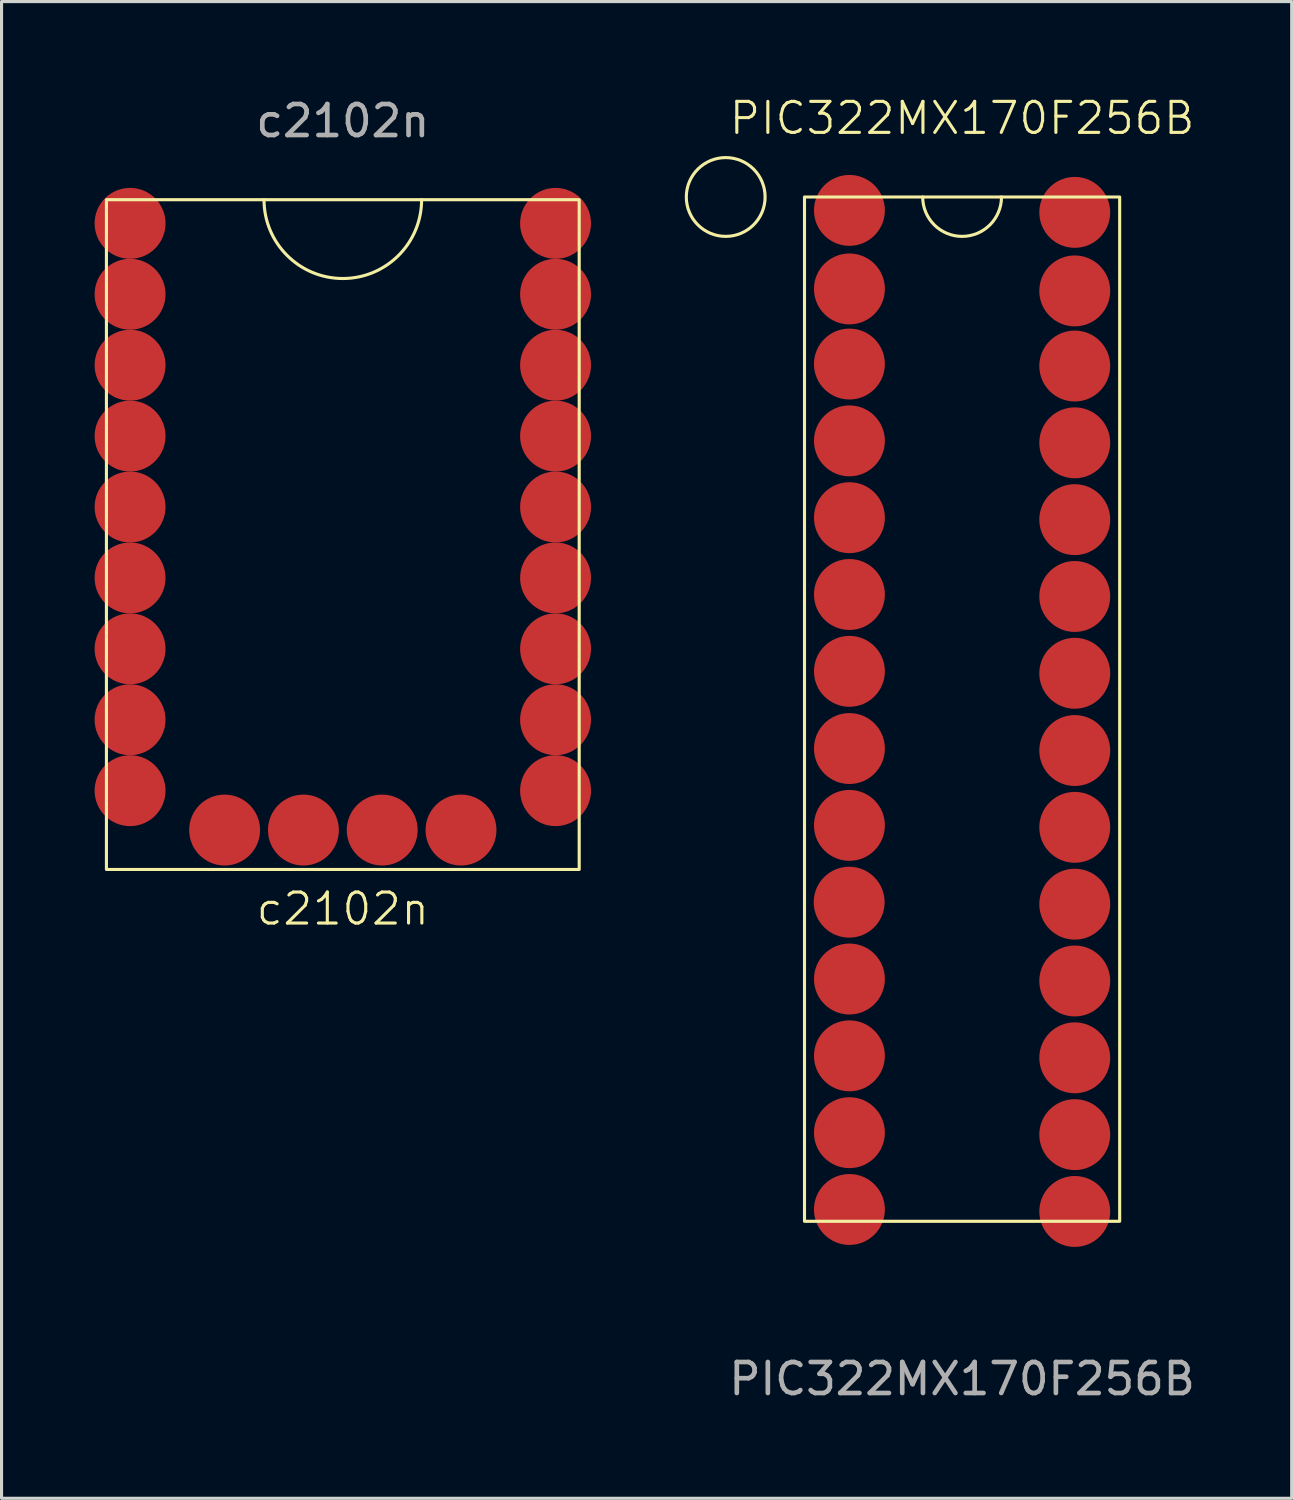
<source format=kicad_pcb>
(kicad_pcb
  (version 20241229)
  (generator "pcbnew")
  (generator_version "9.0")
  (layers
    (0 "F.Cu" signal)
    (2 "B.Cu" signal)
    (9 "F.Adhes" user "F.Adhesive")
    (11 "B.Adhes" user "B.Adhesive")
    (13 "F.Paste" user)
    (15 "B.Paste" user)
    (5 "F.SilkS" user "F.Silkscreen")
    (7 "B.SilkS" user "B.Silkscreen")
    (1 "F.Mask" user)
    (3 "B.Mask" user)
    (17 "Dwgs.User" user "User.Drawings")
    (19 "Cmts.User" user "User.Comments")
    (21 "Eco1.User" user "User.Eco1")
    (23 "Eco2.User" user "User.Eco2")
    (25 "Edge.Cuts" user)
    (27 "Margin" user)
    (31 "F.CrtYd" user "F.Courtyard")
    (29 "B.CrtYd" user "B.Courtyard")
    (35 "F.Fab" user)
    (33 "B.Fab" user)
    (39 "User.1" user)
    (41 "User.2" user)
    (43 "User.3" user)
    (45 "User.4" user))
  (footprint "PIC322MX170F256B"
    (layer "F.Cu")
    (at 19.252 0.811)
    (property "Reference" "PIC322MX170F256B" (at 8.712 -0.051 0) (unlocked yes) (layer "F.SilkS") (effects (font (size 1 1) (thickness 0.1))))
    (attr smd)
    (fp_rect (start 3.632 2.489) (end 13.792 35.509) (stroke (width 0.1) (type default)) (fill no) (layer "F.SilkS"))
    (fp_arc (start 9.9822 2.4892) (mid 8.7122 3.7592) (end 7.4422 2.4892) (stroke (width 0.1) (type default)) (layer "F.SilkS"))
    (fp_circle (center 1.092 2.489) (end 2.362 2.489) (stroke (width 0.1) (type default)) (fill no) (layer "F.SilkS"))
    (fp_text user "${REFERENCE}" (at 8.712 40.589 0) (unlocked yes) (layer "F.Fab") (effects (font (size 1 1) (thickness 0.15))))
    (pad "1" smd circle (at 5.08 2.921) (size 2.286 2.286) (layers "F.Cu" "F.Mask" "F.Paste"))
    (pad "2" smd circle (at 5.08 5.453) (size 2.286 2.286) (layers "F.Cu" "F.Mask" "F.Paste"))
    (pad "3" smd circle (at 5.08 7.874) (size 2.286 2.286) (layers "F.Cu" "F.Mask" "F.Paste"))
    (pad "4" smd circle (at 5.08 10.351) (size 2.286 2.286) (layers "F.Cu" "F.Mask" "F.Paste"))
    (pad "5" smd circle (at 5.08 12.827) (size 2.286 2.286) (layers "F.Cu" "F.Mask" "F.Paste"))
    (pad "6" smd circle (at 5.08 15.303) (size 2.286 2.286) (layers "F.Cu" "F.Mask" "F.Paste"))
    (pad "7" smd circle (at 5.08 17.78) (size 2.286 2.286) (layers "F.Cu" "F.Mask" "F.Paste"))
    (pad "8" smd circle (at 5.08 20.269) (size 2.286 2.286) (layers "F.Cu" "F.Mask" "F.Paste"))
    (pad "9" smd circle (at 5.08 22.746) (size 2.286 2.286) (layers "F.Cu" "F.Mask" "F.Paste"))
    (pad "10" smd circle (at 5.072 25.222) (size 2.286 2.286) (layers "F.Cu" "F.Mask" "F.Paste"))
    (pad "11" smd circle (at 5.08 27.699) (size 2.286 2.286) (layers "F.Cu" "F.Mask" "F.Paste"))
    (pad "12" smd circle (at 5.08 30.175) (size 2.286 2.286) (layers "F.Cu" "F.Mask" "F.Paste"))
    (pad "13" smd circle (at 5.08 32.652) (size 2.286 2.286) (layers "F.Cu" "F.Mask" "F.Paste"))
    (pad "14" smd circle (at 5.08 35.128) (size 2.286 2.286) (layers "F.Cu" "F.Mask" "F.Paste"))
    (pad "15" smd circle (at 12.344 35.192) (size 2.286 2.286) (layers "F.Cu" "F.Mask" "F.Paste"))
    (pad "16" smd circle (at 12.344 32.715) (size 2.286 2.286) (layers "F.Cu" "F.Mask" "F.Paste"))
    (pad "17" smd circle (at 12.344 30.239) (size 2.286 2.286) (layers "F.Cu" "F.Mask" "F.Paste"))
    (pad "18" smd circle (at 12.344 27.762) (size 2.286 2.286) (layers "F.Cu" "F.Mask" "F.Paste"))
    (pad "19" smd circle (at 12.344 25.286) (size 2.286 2.286) (layers "F.Cu" "F.Mask" "F.Paste"))
    (pad "20" smd circle (at 12.344 22.809) (size 2.286 2.286) (layers "F.Cu" "F.Mask" "F.Paste"))
    (pad "21" smd circle (at 12.344 20.333) (size 2.286 2.286) (layers "F.Cu" "F.Mask" "F.Paste"))
    (pad "22" smd circle (at 12.344 17.843) (size 2.286 2.286) (layers "F.Cu" "F.Mask" "F.Paste"))
    (pad "23" smd circle (at 12.344 15.367) (size 2.286 2.286) (layers "F.Cu" "F.Mask" "F.Paste"))
    (pad "24" smd circle (at 12.344 12.89) (size 2.286 2.286) (layers "F.Cu" "F.Mask" "F.Paste"))
    (pad "25" smd circle (at 12.344 10.414) (size 2.286 2.286) (layers "F.Cu" "F.Mask" "F.Paste"))
    (pad "26" smd circle (at 12.344 7.938) (size 2.286 2.286) (layers "F.Cu" "F.Mask" "F.Paste"))
    (pad "27" smd circle (at 12.344 5.517) (size 2.286 2.286) (layers "F.Cu" "F.Mask" "F.Paste"))
    (pad "28" smd circle (at 12.344 2.985) (size 2.286 2.286) (layers "F.Cu" "F.Mask" "F.Paste")))
  (footprint "c2102n"
    (layer "F.Cu")
    (at 8.001 16.088)
    (property "Reference" "c2102n" (at 0 10.16 0) (unlocked yes) (layer "F.SilkS") (effects (font (size 1 1) (thickness 0.1))))
    (attr smd)
    (fp_rect (start -7.62 -12.7) (end 7.62 8.89) (stroke (width 0.1) (type default)) (fill no) (layer "F.SilkS"))
    (fp_arc (start 2.54 -12.7) (mid 0 -10.16) (end -2.54 -12.7) (stroke (width 0.1) (type default)) (layer "F.SilkS"))
    (fp_text user "${REFERENCE}" (at 0 -15.24 0) (unlocked yes) (layer "F.Fab") (effects (font (size 1 1) (thickness 0.15))))
    (pad "1" smd circle (at -6.858 -11.938) (size 2.286 2.286) (layers "F.Cu" "F.Mask" "F.Paste"))
    (pad "2" smd circle (at -6.858 -9.652) (size 2.286 2.286) (layers "F.Cu" "F.Mask" "F.Paste"))
    (pad "3" smd circle (at -6.858 -7.366) (size 2.286 2.286) (layers "F.Cu" "F.Mask" "F.Paste"))
    (pad "4" smd circle (at -6.858 -5.08) (size 2.286 2.286) (layers "F.Cu" "F.Mask" "F.Paste"))
    (pad "5" smd circle (at -6.858 -2.794) (size 2.286 2.286) (layers "F.Cu" "F.Mask" "F.Paste"))
    (pad "6" smd circle (at -6.858 -0.508) (size 2.286 2.286) (layers "F.Cu" "F.Mask" "F.Paste"))
    (pad "7" smd circle (at -6.858 1.778) (size 2.286 2.286) (layers "F.Cu" "F.Mask" "F.Paste"))
    (pad "8" smd circle (at -6.858 4.064) (size 2.286 2.286) (layers "F.Cu" "F.Mask" "F.Paste"))
    (pad "9" smd circle (at -6.858 6.35) (size 2.286 2.286) (layers "F.Cu" "F.Mask" "F.Paste"))
    (pad "10" smd circle (at -3.81 7.62) (size 2.286 2.286) (layers "F.Cu" "F.Mask" "F.Paste"))
    (pad "11" smd circle (at -1.27 7.62) (size 2.286 2.286) (layers "F.Cu" "F.Mask" "F.Paste"))
    (pad "12" smd circle (at 1.27 7.62) (size 2.286 2.286) (layers "F.Cu" "F.Mask" "F.Paste"))
    (pad "13" smd circle (at 3.81 7.62) (size 2.286 2.286) (layers "F.Cu" "F.Mask" "F.Paste"))
    (pad "14" smd circle (at 6.858 6.35) (size 2.286 2.286) (layers "F.Cu" "F.Mask" "F.Paste"))
    (pad "15" smd circle (at 6.858 4.064) (size 2.286 2.286) (layers "F.Cu" "F.Mask" "F.Paste"))
    (pad "16" smd circle (at 6.858 1.778) (size 2.286 2.286) (layers "F.Cu" "F.Mask" "F.Paste"))
    (pad "17" smd circle (at 6.858 -0.508) (size 2.286 2.286) (layers "F.Cu" "F.Mask" "F.Paste"))
    (pad "18" smd circle (at 6.858 -2.794) (size 2.286 2.286) (layers "F.Cu" "F.Mask" "F.Paste"))
    (pad "19" smd circle (at 6.858 -5.08) (size 2.286 2.286) (layers "F.Cu" "F.Mask" "F.Paste"))
    (pad "20" smd circle (at 6.858 -7.366) (size 2.286 2.286) (layers "F.Cu" "F.Mask" "F.Paste"))
    (pad "21" smd circle (at 6.858 -9.652) (size 2.286 2.286) (layers "F.Cu" "F.Mask" "F.Paste"))
    (pad "22" smd circle (at 6.858 -11.938) (size 2.286 2.286) (layers "F.Cu" "F.Mask" "F.Paste")))
  (gr_rect
    (start -3 -3)
    (end 38.589 45.249)
    (stroke (width 0.1) (type default))
    (fill no)
    (layer "Edge.Cuts")))
</source>
